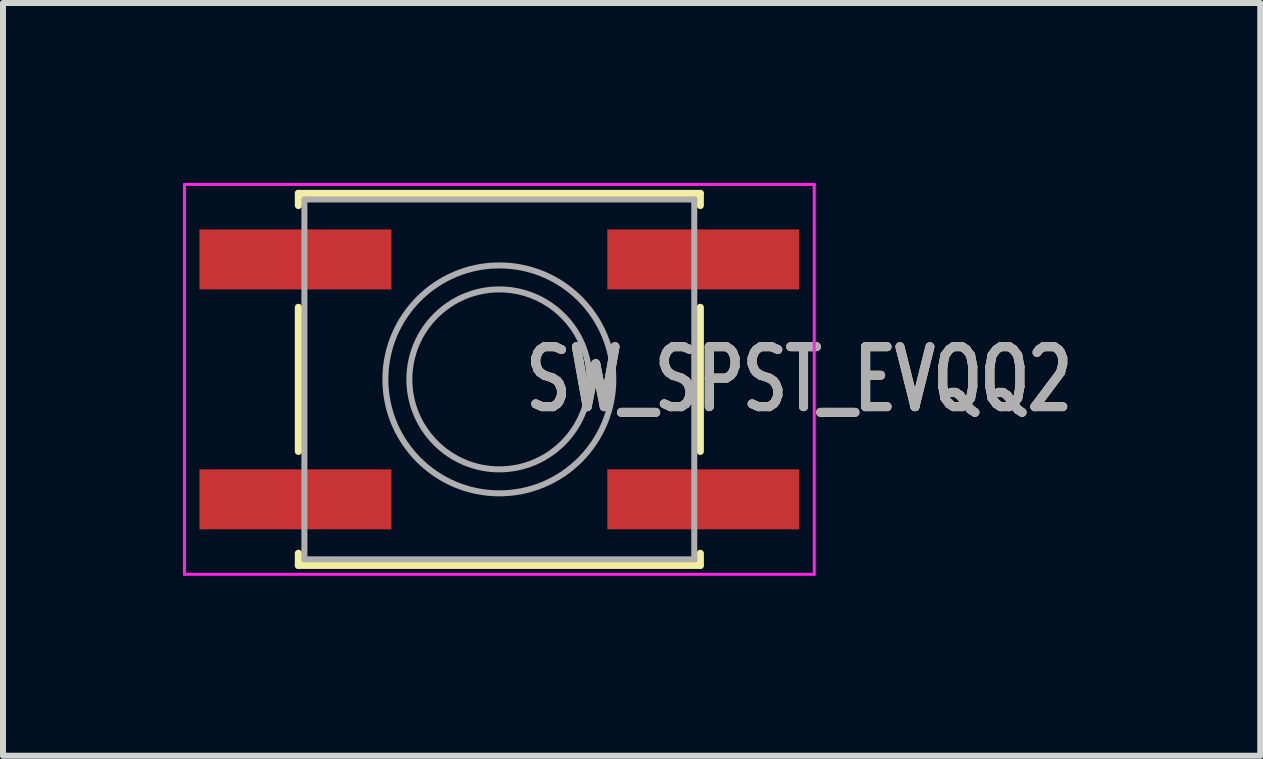
<source format=kicad_pcb>
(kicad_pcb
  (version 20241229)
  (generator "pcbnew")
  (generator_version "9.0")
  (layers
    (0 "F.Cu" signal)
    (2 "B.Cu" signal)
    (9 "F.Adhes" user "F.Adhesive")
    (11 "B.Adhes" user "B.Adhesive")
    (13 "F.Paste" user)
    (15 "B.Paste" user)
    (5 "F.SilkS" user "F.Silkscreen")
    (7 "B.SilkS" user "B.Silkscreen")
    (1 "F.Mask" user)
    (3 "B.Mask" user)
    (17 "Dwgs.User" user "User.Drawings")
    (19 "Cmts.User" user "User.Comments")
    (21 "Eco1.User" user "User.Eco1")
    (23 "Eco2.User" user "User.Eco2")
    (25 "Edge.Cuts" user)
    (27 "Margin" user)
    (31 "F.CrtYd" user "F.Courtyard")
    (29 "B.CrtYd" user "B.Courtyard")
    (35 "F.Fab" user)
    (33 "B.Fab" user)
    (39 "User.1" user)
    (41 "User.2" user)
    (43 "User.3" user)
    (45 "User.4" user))
  (footprint "SW_SPST_EVQQ2"
    (layer "F.Cu")
    (at 5.275 3.275)
    (property "Reference" "SW_SPST_EVQQ2" (at 5 0 0) (layer "F.SilkS") (effects (font (size 1 0.75) (thickness 0.15))))
    (attr smd)
    (fp_line (start -3.35 -3.1) (end -3.35 -2.9) (stroke (width 0.12) (type solid)) (layer "F.SilkS"))
    (fp_line (start -3.35 -1.2) (end -3.35 1.2) (stroke (width 0.12) (type solid)) (layer "F.SilkS"))
    (fp_line (start -3.35 3.1) (end -3.35 2.9) (stroke (width 0.12) (type solid)) (layer "F.SilkS"))
    (fp_line (start -3.35 3.1) (end 3.35 3.1) (stroke (width 0.12) (type solid)) (layer "F.SilkS"))
    (fp_line (start 3.35 -3.1) (end -3.35 -3.1) (stroke (width 0.12) (type solid)) (layer "F.SilkS"))
    (fp_line (start 3.35 -3.1) (end 3.35 -2.9) (stroke (width 0.12) (type solid)) (layer "F.SilkS"))
    (fp_line (start 3.35 -1.2) (end 3.35 1.2) (stroke (width 0.12) (type solid)) (layer "F.SilkS"))
    (fp_line (start 3.35 3.1) (end 3.35 2.9) (stroke (width 0.12) (type solid)) (layer "F.SilkS"))
    (fp_line (start -5.25 -3.25) (end 5.25 -3.25) (stroke (width 0.05) (type solid)) (layer "F.CrtYd"))
    (fp_line (start -5.25 3.25) (end -5.25 -3.25) (stroke (width 0.05) (type solid)) (layer "F.CrtYd"))
    (fp_line (start 5.25 -3.25) (end 5.25 3.25) (stroke (width 0.05) (type solid)) (layer "F.CrtYd"))
    (fp_line (start 5.25 3.25) (end -5.25 3.25) (stroke (width 0.05) (type solid)) (layer "F.CrtYd"))
    (fp_line (start -3.25 -3) (end 3.25 -3) (stroke (width 0.1) (type solid)) (layer "F.Fab"))
    (fp_line (start -3.25 3) (end -3.25 -3) (stroke (width 0.1) (type solid)) (layer "F.Fab"))
    (fp_line (start 3.25 -3) (end 3.25 3) (stroke (width 0.1) (type solid)) (layer "F.Fab"))
    (fp_line (start 3.25 3) (end -3.25 3) (stroke (width 0.1) (type solid)) (layer "F.Fab"))
    (fp_circle (center 0 0) (end 1.5 0) (stroke (width 0.1) (type solid)) (fill no) (layer "F.Fab"))
    (fp_circle (center 0 0) (end 1.9 0) (stroke (width 0.1) (type solid)) (fill no) (layer "F.Fab"))
    (fp_text user "${REFERENCE}" (at 5 0 0) (layer "F.Fab") (effects (font (size 1 0.75) (thickness 0.15))))
    (pad "1" smd rect (at -3.4 -2) (size 3.2 1) (layers "F.Cu" "F.Mask" "F.Paste"))
    (pad "1" smd rect (at 3.4 -2) (size 3.2 1) (layers "F.Cu" "F.Mask" "F.Paste"))
    (pad "2" smd rect (at -3.4 2) (size 3.2 1) (layers "F.Cu" "F.Mask" "F.Paste"))
    (pad "2" smd rect (at 3.4 2) (size 3.2 1) (layers "F.Cu" "F.Mask" "F.Paste")))
  (gr_rect
    (start -3 -3)
    (end 17.961 9.55)
    (stroke (width 0.1) (type default))
    (fill no)
    (layer "Edge.Cuts")))
</source>
